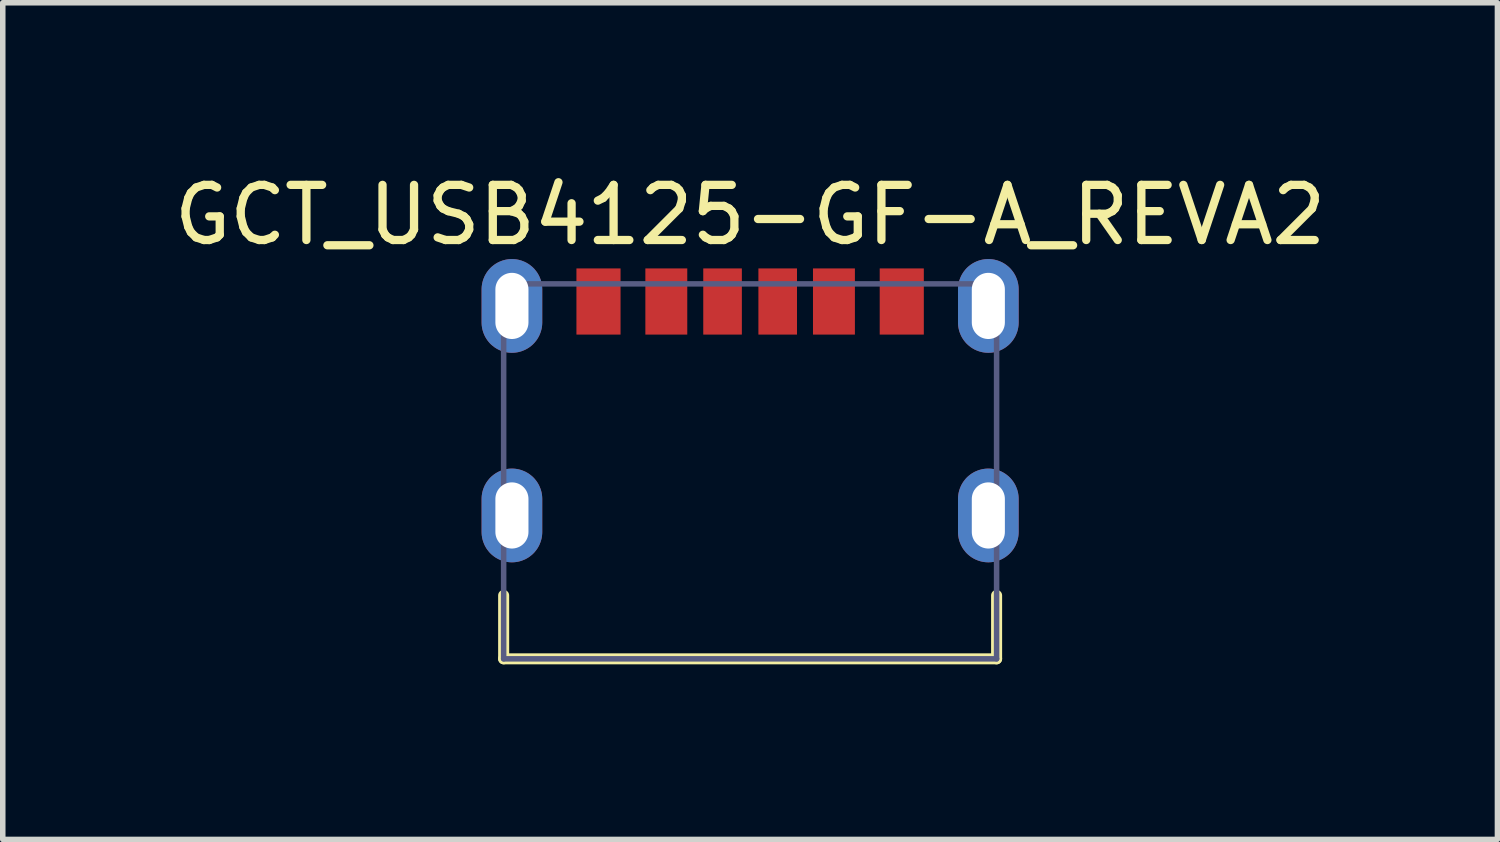
<source format=kicad_pcb>
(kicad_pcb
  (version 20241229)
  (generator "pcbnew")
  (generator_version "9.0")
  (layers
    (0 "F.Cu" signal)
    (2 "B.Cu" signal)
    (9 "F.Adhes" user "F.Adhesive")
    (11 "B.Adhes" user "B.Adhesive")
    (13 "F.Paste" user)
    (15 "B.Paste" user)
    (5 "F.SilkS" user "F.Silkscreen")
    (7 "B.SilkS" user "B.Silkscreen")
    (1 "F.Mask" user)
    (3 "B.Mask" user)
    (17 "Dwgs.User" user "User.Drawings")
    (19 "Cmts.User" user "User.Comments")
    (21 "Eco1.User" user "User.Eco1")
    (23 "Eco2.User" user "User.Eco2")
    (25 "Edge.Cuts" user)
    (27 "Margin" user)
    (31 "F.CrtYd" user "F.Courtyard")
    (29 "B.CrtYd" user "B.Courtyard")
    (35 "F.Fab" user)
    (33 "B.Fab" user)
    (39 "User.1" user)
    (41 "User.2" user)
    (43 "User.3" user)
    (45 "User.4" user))
  (footprint "GCT_USB4125-GF-A_REVA2"
    (layer "F.Cu")
    (at 10.554 5.498)
    (property "Reference" "GCT_USB4125-GF-A_REVA2" (at 0 -4.65 0) (layer "F.SilkS") (effects (font (size 1 1) (thickness 0.15))))
    (fp_poly (pts (xy -4.286 -3.949) (xy -4.252 -3.946) (xy -4.218 -3.942) (xy -4.185 -3.936) (xy -4.152 -3.928) (xy -4.119 -3.918) (xy -4.087 -3.907) (xy -4.056 -3.894) (xy -4.025 -3.879) (xy -3.995 -3.863) (xy -3.966 -3.845) (xy -3.938 -3.826) (xy -3.911 -3.805) (xy -3.885 -3.783) (xy -3.86 -3.76) (xy -3.837 -3.735) (xy -3.815 -3.709) (xy -3.794 -3.682) (xy -3.775 -3.654) (xy -3.757 -3.625) (xy -3.741 -3.595) (xy -3.726 -3.564) (xy -3.713 -3.533) (xy -3.702 -3.501) (xy -3.692 -3.468) (xy -3.684 -3.435) (xy -3.678 -3.402) (xy -3.674 -3.368) (xy -3.671 -3.334) (xy -3.67 -3.3) (xy -3.67 -2.7) (xy -3.671 -2.666) (xy -3.674 -2.632) (xy -3.678 -2.598) (xy -3.684 -2.565) (xy -3.692 -2.532) (xy -3.702 -2.499) (xy -3.713 -2.467) (xy -3.726 -2.436) (xy -3.741 -2.405) (xy -3.757 -2.375) (xy -3.775 -2.346) (xy -3.794 -2.318) (xy -3.815 -2.291) (xy -3.837 -2.265) (xy -3.86 -2.24) (xy -3.885 -2.217) (xy -3.911 -2.195) (xy -3.938 -2.174) (xy -3.966 -2.155) (xy -3.995 -2.137) (xy -4.025 -2.121) (xy -4.056 -2.106) (xy -4.087 -2.093) (xy -4.119 -2.082) (xy -4.152 -2.072) (xy -4.185 -2.064) (xy -4.218 -2.058) (xy -4.252 -2.054) (xy -4.286 -2.051) (xy -4.32 -2.05) (xy -4.354 -2.051) (xy -4.388 -2.054) (xy -4.422 -2.058) (xy -4.455 -2.064) (xy -4.488 -2.072) (xy -4.521 -2.082) (xy -4.553 -2.093) (xy -4.584 -2.106) (xy -4.615 -2.121) (xy -4.645 -2.137) (xy -4.674 -2.155) (xy -4.702 -2.174) (xy -4.729 -2.195) (xy -4.755 -2.217) (xy -4.78 -2.24) (xy -4.803 -2.265) (xy -4.825 -2.291) (xy -4.846 -2.318) (xy -4.865 -2.346) (xy -4.883 -2.375) (xy -4.899 -2.405) (xy -4.914 -2.436) (xy -4.927 -2.467) (xy -4.938 -2.499) (xy -4.948 -2.532) (xy -4.956 -2.565) (xy -4.962 -2.598) (xy -4.966 -2.632) (xy -4.969 -2.666) (xy -4.97 -2.7) (xy -4.97 -3.3) (xy -4.969 -3.334) (xy -4.966 -3.368) (xy -4.962 -3.402) (xy -4.956 -3.435) (xy -4.948 -3.468) (xy -4.938 -3.501) (xy -4.927 -3.533) (xy -4.914 -3.564) (xy -4.899 -3.595) (xy -4.883 -3.625) (xy -4.865 -3.654) (xy -4.846 -3.682) (xy -4.825 -3.709) (xy -4.803 -3.735) (xy -4.78 -3.76) (xy -4.755 -3.783) (xy -4.729 -3.805) (xy -4.702 -3.826) (xy -4.674 -3.845) (xy -4.645 -3.863) (xy -4.615 -3.879) (xy -4.584 -3.894) (xy -4.553 -3.907) (xy -4.521 -3.918) (xy -4.488 -3.928) (xy -4.455 -3.936) (xy -4.422 -3.942) (xy -4.388 -3.946) (xy -4.354 -3.949) (xy -4.32 -3.95)) (stroke (width 0) (type default)) (fill yes) (layer "F.Mask"))
    (fp_poly (pts (xy -4.286 -0.149) (xy -4.252 -0.146) (xy -4.218 -0.142) (xy -4.185 -0.136) (xy -4.152 -0.128) (xy -4.119 -0.118) (xy -4.087 -0.107) (xy -4.056 -0.094) (xy -4.025 -0.079) (xy -3.995 -0.063) (xy -3.966 -0.045) (xy -3.938 -0.026) (xy -3.911 -0.005) (xy -3.885 0.017) (xy -3.86 0.04) (xy -3.837 0.065) (xy -3.815 0.091) (xy -3.794 0.118) (xy -3.775 0.146) (xy -3.757 0.175) (xy -3.741 0.205) (xy -3.726 0.236) (xy -3.713 0.267) (xy -3.702 0.299) (xy -3.692 0.332) (xy -3.684 0.365) (xy -3.678 0.398) (xy -3.674 0.432) (xy -3.671 0.466) (xy -3.67 0.5) (xy -3.67 1.1) (xy -3.671 1.134) (xy -3.674 1.168) (xy -3.678 1.202) (xy -3.684 1.235) (xy -3.692 1.268) (xy -3.702 1.301) (xy -3.713 1.333) (xy -3.726 1.364) (xy -3.741 1.395) (xy -3.757 1.425) (xy -3.775 1.454) (xy -3.794 1.482) (xy -3.815 1.509) (xy -3.837 1.535) (xy -3.86 1.56) (xy -3.885 1.583) (xy -3.911 1.605) (xy -3.938 1.626) (xy -3.966 1.645) (xy -3.995 1.663) (xy -4.025 1.679) (xy -4.056 1.694) (xy -4.087 1.707) (xy -4.119 1.718) (xy -4.152 1.728) (xy -4.185 1.736) (xy -4.218 1.742) (xy -4.252 1.746) (xy -4.286 1.749) (xy -4.32 1.75) (xy -4.354 1.749) (xy -4.388 1.746) (xy -4.422 1.742) (xy -4.455 1.736) (xy -4.488 1.728) (xy -4.521 1.718) (xy -4.553 1.707) (xy -4.584 1.694) (xy -4.615 1.679) (xy -4.645 1.663) (xy -4.674 1.645) (xy -4.702 1.626) (xy -4.729 1.605) (xy -4.755 1.583) (xy -4.78 1.56) (xy -4.803 1.535) (xy -4.825 1.509) (xy -4.846 1.482) (xy -4.865 1.454) (xy -4.883 1.425) (xy -4.899 1.395) (xy -4.914 1.364) (xy -4.927 1.333) (xy -4.938 1.301) (xy -4.948 1.268) (xy -4.956 1.235) (xy -4.962 1.202) (xy -4.966 1.168) (xy -4.969 1.134) (xy -4.97 1.1) (xy -4.97 0.5) (xy -4.969 0.466) (xy -4.966 0.432) (xy -4.962 0.398) (xy -4.956 0.365) (xy -4.948 0.332) (xy -4.938 0.299) (xy -4.927 0.267) (xy -4.914 0.236) (xy -4.899 0.205) (xy -4.883 0.175) (xy -4.865 0.146) (xy -4.846 0.118) (xy -4.825 0.091) (xy -4.803 0.065) (xy -4.78 0.04) (xy -4.755 0.017) (xy -4.729 -0.005) (xy -4.702 -0.026) (xy -4.674 -0.045) (xy -4.645 -0.063) (xy -4.615 -0.079) (xy -4.584 -0.094) (xy -4.553 -0.107) (xy -4.521 -0.118) (xy -4.488 -0.128) (xy -4.455 -0.136) (xy -4.422 -0.142) (xy -4.388 -0.146) (xy -4.354 -0.149) (xy -4.32 -0.15)) (stroke (width 0) (type default)) (fill yes) (layer "F.Mask"))
    (fp_poly (pts (xy 4.354 -3.949) (xy 4.388 -3.946) (xy 4.422 -3.942) (xy 4.455 -3.936) (xy 4.488 -3.928) (xy 4.521 -3.918) (xy 4.553 -3.907) (xy 4.584 -3.894) (xy 4.615 -3.879) (xy 4.645 -3.863) (xy 4.674 -3.845) (xy 4.702 -3.826) (xy 4.729 -3.805) (xy 4.755 -3.783) (xy 4.78 -3.76) (xy 4.803 -3.735) (xy 4.825 -3.709) (xy 4.846 -3.682) (xy 4.865 -3.654) (xy 4.883 -3.625) (xy 4.899 -3.595) (xy 4.914 -3.564) (xy 4.927 -3.533) (xy 4.938 -3.501) (xy 4.948 -3.468) (xy 4.956 -3.435) (xy 4.962 -3.402) (xy 4.966 -3.368) (xy 4.969 -3.334) (xy 4.97 -3.3) (xy 4.97 -2.7) (xy 4.969 -2.666) (xy 4.966 -2.632) (xy 4.962 -2.598) (xy 4.956 -2.565) (xy 4.948 -2.532) (xy 4.938 -2.499) (xy 4.927 -2.467) (xy 4.914 -2.436) (xy 4.899 -2.405) (xy 4.883 -2.375) (xy 4.865 -2.346) (xy 4.846 -2.318) (xy 4.825 -2.291) (xy 4.803 -2.265) (xy 4.78 -2.24) (xy 4.755 -2.217) (xy 4.729 -2.195) (xy 4.702 -2.174) (xy 4.674 -2.155) (xy 4.645 -2.137) (xy 4.615 -2.121) (xy 4.584 -2.106) (xy 4.553 -2.093) (xy 4.521 -2.082) (xy 4.488 -2.072) (xy 4.455 -2.064) (xy 4.422 -2.058) (xy 4.388 -2.054) (xy 4.354 -2.051) (xy 4.32 -2.05) (xy 4.286 -2.051) (xy 4.252 -2.054) (xy 4.218 -2.058) (xy 4.185 -2.064) (xy 4.152 -2.072) (xy 4.119 -2.082) (xy 4.087 -2.093) (xy 4.056 -2.106) (xy 4.025 -2.121) (xy 3.995 -2.137) (xy 3.966 -2.155) (xy 3.938 -2.174) (xy 3.911 -2.195) (xy 3.885 -2.217) (xy 3.86 -2.24) (xy 3.837 -2.265) (xy 3.815 -2.291) (xy 3.794 -2.318) (xy 3.775 -2.346) (xy 3.757 -2.375) (xy 3.741 -2.405) (xy 3.726 -2.436) (xy 3.713 -2.467) (xy 3.702 -2.499) (xy 3.692 -2.532) (xy 3.684 -2.565) (xy 3.678 -2.598) (xy 3.674 -2.632) (xy 3.671 -2.666) (xy 3.67 -2.7) (xy 3.67 -3.3) (xy 3.671 -3.334) (xy 3.674 -3.368) (xy 3.678 -3.402) (xy 3.684 -3.435) (xy 3.692 -3.468) (xy 3.702 -3.501) (xy 3.713 -3.533) (xy 3.726 -3.564) (xy 3.741 -3.595) (xy 3.757 -3.625) (xy 3.775 -3.654) (xy 3.794 -3.682) (xy 3.815 -3.709) (xy 3.837 -3.735) (xy 3.86 -3.76) (xy 3.885 -3.783) (xy 3.911 -3.805) (xy 3.938 -3.826) (xy 3.966 -3.845) (xy 3.995 -3.863) (xy 4.025 -3.879) (xy 4.056 -3.894) (xy 4.087 -3.907) (xy 4.119 -3.918) (xy 4.152 -3.928) (xy 4.185 -3.936) (xy 4.218 -3.942) (xy 4.252 -3.946) (xy 4.286 -3.949) (xy 4.32 -3.95)) (stroke (width 0) (type default)) (fill yes) (layer "F.Mask"))
    (fp_poly (pts (xy 4.354 -0.149) (xy 4.388 -0.146) (xy 4.422 -0.142) (xy 4.455 -0.136) (xy 4.488 -0.128) (xy 4.521 -0.118) (xy 4.553 -0.107) (xy 4.584 -0.094) (xy 4.615 -0.079) (xy 4.645 -0.063) (xy 4.674 -0.045) (xy 4.702 -0.026) (xy 4.729 -0.005) (xy 4.755 0.017) (xy 4.78 0.04) (xy 4.803 0.065) (xy 4.825 0.091) (xy 4.846 0.118) (xy 4.865 0.146) (xy 4.883 0.175) (xy 4.899 0.205) (xy 4.914 0.236) (xy 4.927 0.267) (xy 4.938 0.299) (xy 4.948 0.332) (xy 4.956 0.365) (xy 4.962 0.398) (xy 4.966 0.432) (xy 4.969 0.466) (xy 4.97 0.5) (xy 4.97 1.1) (xy 4.969 1.134) (xy 4.966 1.168) (xy 4.962 1.202) (xy 4.956 1.235) (xy 4.948 1.268) (xy 4.938 1.301) (xy 4.927 1.333) (xy 4.914 1.364) (xy 4.899 1.395) (xy 4.883 1.425) (xy 4.865 1.454) (xy 4.846 1.482) (xy 4.825 1.509) (xy 4.803 1.535) (xy 4.78 1.56) (xy 4.755 1.583) (xy 4.729 1.605) (xy 4.702 1.626) (xy 4.674 1.645) (xy 4.645 1.663) (xy 4.615 1.679) (xy 4.584 1.694) (xy 4.553 1.707) (xy 4.521 1.718) (xy 4.488 1.728) (xy 4.455 1.736) (xy 4.422 1.742) (xy 4.388 1.746) (xy 4.354 1.749) (xy 4.32 1.75) (xy 4.286 1.749) (xy 4.252 1.746) (xy 4.218 1.742) (xy 4.185 1.736) (xy 4.152 1.728) (xy 4.119 1.718) (xy 4.087 1.707) (xy 4.056 1.694) (xy 4.025 1.679) (xy 3.995 1.663) (xy 3.966 1.645) (xy 3.938 1.626) (xy 3.911 1.605) (xy 3.885 1.583) (xy 3.86 1.56) (xy 3.837 1.535) (xy 3.815 1.509) (xy 3.794 1.482) (xy 3.775 1.454) (xy 3.757 1.425) (xy 3.741 1.395) (xy 3.726 1.364) (xy 3.713 1.333) (xy 3.702 1.301) (xy 3.692 1.268) (xy 3.684 1.235) (xy 3.678 1.202) (xy 3.674 1.168) (xy 3.671 1.134) (xy 3.67 1.1) (xy 3.67 0.5) (xy 3.671 0.466) (xy 3.674 0.432) (xy 3.678 0.398) (xy 3.684 0.365) (xy 3.692 0.332) (xy 3.702 0.299) (xy 3.713 0.267) (xy 3.726 0.236) (xy 3.741 0.205) (xy 3.757 0.175) (xy 3.775 0.146) (xy 3.794 0.118) (xy 3.815 0.091) (xy 3.837 0.065) (xy 3.86 0.04) (xy 3.885 0.017) (xy 3.911 -0.005) (xy 3.938 -0.026) (xy 3.966 -0.045) (xy 3.995 -0.063) (xy 4.025 -0.079) (xy 4.056 -0.094) (xy 4.087 -0.107) (xy 4.119 -0.118) (xy 4.152 -0.128) (xy 4.185 -0.136) (xy 4.218 -0.142) (xy 4.252 -0.146) (xy 4.286 -0.149) (xy 4.32 -0.15)) (stroke (width 0) (type default)) (fill yes) (layer "F.Mask"))
    (fp_poly (pts (xy -4.286 -3.949) (xy -4.252 -3.946) (xy -4.218 -3.942) (xy -4.185 -3.936) (xy -4.152 -3.928) (xy -4.119 -3.918) (xy -4.087 -3.907) (xy -4.056 -3.894) (xy -4.025 -3.879) (xy -3.995 -3.863) (xy -3.966 -3.845) (xy -3.938 -3.826) (xy -3.911 -3.805) (xy -3.885 -3.783) (xy -3.86 -3.76) (xy -3.837 -3.735) (xy -3.815 -3.709) (xy -3.794 -3.682) (xy -3.775 -3.654) (xy -3.757 -3.625) (xy -3.741 -3.595) (xy -3.726 -3.564) (xy -3.713 -3.533) (xy -3.702 -3.501) (xy -3.692 -3.468) (xy -3.684 -3.435) (xy -3.678 -3.402) (xy -3.674 -3.368) (xy -3.671 -3.334) (xy -3.67 -3.3) (xy -3.67 -2.7) (xy -3.671 -2.666) (xy -3.674 -2.632) (xy -3.678 -2.598) (xy -3.684 -2.565) (xy -3.692 -2.532) (xy -3.702 -2.499) (xy -3.713 -2.467) (xy -3.726 -2.436) (xy -3.741 -2.405) (xy -3.757 -2.375) (xy -3.775 -2.346) (xy -3.794 -2.318) (xy -3.815 -2.291) (xy -3.837 -2.265) (xy -3.86 -2.24) (xy -3.885 -2.217) (xy -3.911 -2.195) (xy -3.938 -2.174) (xy -3.966 -2.155) (xy -3.995 -2.137) (xy -4.025 -2.121) (xy -4.056 -2.106) (xy -4.087 -2.093) (xy -4.119 -2.082) (xy -4.152 -2.072) (xy -4.185 -2.064) (xy -4.218 -2.058) (xy -4.252 -2.054) (xy -4.286 -2.051) (xy -4.32 -2.05) (xy -4.354 -2.051) (xy -4.388 -2.054) (xy -4.422 -2.058) (xy -4.455 -2.064) (xy -4.488 -2.072) (xy -4.521 -2.082) (xy -4.553 -2.093) (xy -4.584 -2.106) (xy -4.615 -2.121) (xy -4.645 -2.137) (xy -4.674 -2.155) (xy -4.702 -2.174) (xy -4.729 -2.195) (xy -4.755 -2.217) (xy -4.78 -2.24) (xy -4.803 -2.265) (xy -4.825 -2.291) (xy -4.846 -2.318) (xy -4.865 -2.346) (xy -4.883 -2.375) (xy -4.899 -2.405) (xy -4.914 -2.436) (xy -4.927 -2.467) (xy -4.938 -2.499) (xy -4.948 -2.532) (xy -4.956 -2.565) (xy -4.962 -2.598) (xy -4.966 -2.632) (xy -4.969 -2.666) (xy -4.97 -2.7) (xy -4.97 -3.3) (xy -4.969 -3.334) (xy -4.966 -3.368) (xy -4.962 -3.402) (xy -4.956 -3.435) (xy -4.948 -3.468) (xy -4.938 -3.501) (xy -4.927 -3.533) (xy -4.914 -3.564) (xy -4.899 -3.595) (xy -4.883 -3.625) (xy -4.865 -3.654) (xy -4.846 -3.682) (xy -4.825 -3.709) (xy -4.803 -3.735) (xy -4.78 -3.76) (xy -4.755 -3.783) (xy -4.729 -3.805) (xy -4.702 -3.826) (xy -4.674 -3.845) (xy -4.645 -3.863) (xy -4.615 -3.879) (xy -4.584 -3.894) (xy -4.553 -3.907) (xy -4.521 -3.918) (xy -4.488 -3.928) (xy -4.455 -3.936) (xy -4.422 -3.942) (xy -4.388 -3.946) (xy -4.354 -3.949) (xy -4.32 -3.95)) (stroke (width 0) (type default)) (fill yes) (layer "B.Mask"))
    (fp_poly (pts (xy -4.286 -0.149) (xy -4.252 -0.146) (xy -4.218 -0.142) (xy -4.185 -0.136) (xy -4.152 -0.128) (xy -4.119 -0.118) (xy -4.087 -0.107) (xy -4.056 -0.094) (xy -4.025 -0.079) (xy -3.995 -0.063) (xy -3.966 -0.045) (xy -3.938 -0.026) (xy -3.911 -0.005) (xy -3.885 0.017) (xy -3.86 0.04) (xy -3.837 0.065) (xy -3.815 0.091) (xy -3.794 0.118) (xy -3.775 0.146) (xy -3.757 0.175) (xy -3.741 0.205) (xy -3.726 0.236) (xy -3.713 0.267) (xy -3.702 0.299) (xy -3.692 0.332) (xy -3.684 0.365) (xy -3.678 0.398) (xy -3.674 0.432) (xy -3.671 0.466) (xy -3.67 0.5) (xy -3.67 1.1) (xy -3.671 1.134) (xy -3.674 1.168) (xy -3.678 1.202) (xy -3.684 1.235) (xy -3.692 1.268) (xy -3.702 1.301) (xy -3.713 1.333) (xy -3.726 1.364) (xy -3.741 1.395) (xy -3.757 1.425) (xy -3.775 1.454) (xy -3.794 1.482) (xy -3.815 1.509) (xy -3.837 1.535) (xy -3.86 1.56) (xy -3.885 1.583) (xy -3.911 1.605) (xy -3.938 1.626) (xy -3.966 1.645) (xy -3.995 1.663) (xy -4.025 1.679) (xy -4.056 1.694) (xy -4.087 1.707) (xy -4.119 1.718) (xy -4.152 1.728) (xy -4.185 1.736) (xy -4.218 1.742) (xy -4.252 1.746) (xy -4.286 1.749) (xy -4.32 1.75) (xy -4.354 1.749) (xy -4.388 1.746) (xy -4.422 1.742) (xy -4.455 1.736) (xy -4.488 1.728) (xy -4.521 1.718) (xy -4.553 1.707) (xy -4.584 1.694) (xy -4.615 1.679) (xy -4.645 1.663) (xy -4.674 1.645) (xy -4.702 1.626) (xy -4.729 1.605) (xy -4.755 1.583) (xy -4.78 1.56) (xy -4.803 1.535) (xy -4.825 1.509) (xy -4.846 1.482) (xy -4.865 1.454) (xy -4.883 1.425) (xy -4.899 1.395) (xy -4.914 1.364) (xy -4.927 1.333) (xy -4.938 1.301) (xy -4.948 1.268) (xy -4.956 1.235) (xy -4.962 1.202) (xy -4.966 1.168) (xy -4.969 1.134) (xy -4.97 1.1) (xy -4.97 0.5) (xy -4.969 0.466) (xy -4.966 0.432) (xy -4.962 0.398) (xy -4.956 0.365) (xy -4.948 0.332) (xy -4.938 0.299) (xy -4.927 0.267) (xy -4.914 0.236) (xy -4.899 0.205) (xy -4.883 0.175) (xy -4.865 0.146) (xy -4.846 0.118) (xy -4.825 0.091) (xy -4.803 0.065) (xy -4.78 0.04) (xy -4.755 0.017) (xy -4.729 -0.005) (xy -4.702 -0.026) (xy -4.674 -0.045) (xy -4.645 -0.063) (xy -4.615 -0.079) (xy -4.584 -0.094) (xy -4.553 -0.107) (xy -4.521 -0.118) (xy -4.488 -0.128) (xy -4.455 -0.136) (xy -4.422 -0.142) (xy -4.388 -0.146) (xy -4.354 -0.149) (xy -4.32 -0.15)) (stroke (width 0) (type default)) (fill yes) (layer "B.Mask"))
    (fp_poly (pts (xy 4.354 -3.949) (xy 4.388 -3.946) (xy 4.422 -3.942) (xy 4.455 -3.936) (xy 4.488 -3.928) (xy 4.521 -3.918) (xy 4.553 -3.907) (xy 4.584 -3.894) (xy 4.615 -3.879) (xy 4.645 -3.863) (xy 4.674 -3.845) (xy 4.702 -3.826) (xy 4.729 -3.805) (xy 4.755 -3.783) (xy 4.78 -3.76) (xy 4.803 -3.735) (xy 4.825 -3.709) (xy 4.846 -3.682) (xy 4.865 -3.654) (xy 4.883 -3.625) (xy 4.899 -3.595) (xy 4.914 -3.564) (xy 4.927 -3.533) (xy 4.938 -3.501) (xy 4.948 -3.468) (xy 4.956 -3.435) (xy 4.962 -3.402) (xy 4.966 -3.368) (xy 4.969 -3.334) (xy 4.97 -3.3) (xy 4.97 -2.7) (xy 4.969 -2.666) (xy 4.966 -2.632) (xy 4.962 -2.598) (xy 4.956 -2.565) (xy 4.948 -2.532) (xy 4.938 -2.499) (xy 4.927 -2.467) (xy 4.914 -2.436) (xy 4.899 -2.405) (xy 4.883 -2.375) (xy 4.865 -2.346) (xy 4.846 -2.318) (xy 4.825 -2.291) (xy 4.803 -2.265) (xy 4.78 -2.24) (xy 4.755 -2.217) (xy 4.729 -2.195) (xy 4.702 -2.174) (xy 4.674 -2.155) (xy 4.645 -2.137) (xy 4.615 -2.121) (xy 4.584 -2.106) (xy 4.553 -2.093) (xy 4.521 -2.082) (xy 4.488 -2.072) (xy 4.455 -2.064) (xy 4.422 -2.058) (xy 4.388 -2.054) (xy 4.354 -2.051) (xy 4.32 -2.05) (xy 4.286 -2.051) (xy 4.252 -2.054) (xy 4.218 -2.058) (xy 4.185 -2.064) (xy 4.152 -2.072) (xy 4.119 -2.082) (xy 4.087 -2.093) (xy 4.056 -2.106) (xy 4.025 -2.121) (xy 3.995 -2.137) (xy 3.966 -2.155) (xy 3.938 -2.174) (xy 3.911 -2.195) (xy 3.885 -2.217) (xy 3.86 -2.24) (xy 3.837 -2.265) (xy 3.815 -2.291) (xy 3.794 -2.318) (xy 3.775 -2.346) (xy 3.757 -2.375) (xy 3.741 -2.405) (xy 3.726 -2.436) (xy 3.713 -2.467) (xy 3.702 -2.499) (xy 3.692 -2.532) (xy 3.684 -2.565) (xy 3.678 -2.598) (xy 3.674 -2.632) (xy 3.671 -2.666) (xy 3.67 -2.7) (xy 3.67 -3.3) (xy 3.671 -3.334) (xy 3.674 -3.368) (xy 3.678 -3.402) (xy 3.684 -3.435) (xy 3.692 -3.468) (xy 3.702 -3.501) (xy 3.713 -3.533) (xy 3.726 -3.564) (xy 3.741 -3.595) (xy 3.757 -3.625) (xy 3.775 -3.654) (xy 3.794 -3.682) (xy 3.815 -3.709) (xy 3.837 -3.735) (xy 3.86 -3.76) (xy 3.885 -3.783) (xy 3.911 -3.805) (xy 3.938 -3.826) (xy 3.966 -3.845) (xy 3.995 -3.863) (xy 4.025 -3.879) (xy 4.056 -3.894) (xy 4.087 -3.907) (xy 4.119 -3.918) (xy 4.152 -3.928) (xy 4.185 -3.936) (xy 4.218 -3.942) (xy 4.252 -3.946) (xy 4.286 -3.949) (xy 4.32 -3.95)) (stroke (width 0) (type default)) (fill yes) (layer "B.Mask"))
    (fp_poly (pts (xy 4.354 -0.149) (xy 4.388 -0.146) (xy 4.422 -0.142) (xy 4.455 -0.136) (xy 4.488 -0.128) (xy 4.521 -0.118) (xy 4.553 -0.107) (xy 4.584 -0.094) (xy 4.615 -0.079) (xy 4.645 -0.063) (xy 4.674 -0.045) (xy 4.702 -0.026) (xy 4.729 -0.005) (xy 4.755 0.017) (xy 4.78 0.04) (xy 4.803 0.065) (xy 4.825 0.091) (xy 4.846 0.118) (xy 4.865 0.146) (xy 4.883 0.175) (xy 4.899 0.205) (xy 4.914 0.236) (xy 4.927 0.267) (xy 4.938 0.299) (xy 4.948 0.332) (xy 4.956 0.365) (xy 4.962 0.398) (xy 4.966 0.432) (xy 4.969 0.466) (xy 4.97 0.5) (xy 4.97 1.1) (xy 4.969 1.134) (xy 4.966 1.168) (xy 4.962 1.202) (xy 4.956 1.235) (xy 4.948 1.268) (xy 4.938 1.301) (xy 4.927 1.333) (xy 4.914 1.364) (xy 4.899 1.395) (xy 4.883 1.425) (xy 4.865 1.454) (xy 4.846 1.482) (xy 4.825 1.509) (xy 4.803 1.535) (xy 4.78 1.56) (xy 4.755 1.583) (xy 4.729 1.605) (xy 4.702 1.626) (xy 4.674 1.645) (xy 4.645 1.663) (xy 4.615 1.679) (xy 4.584 1.694) (xy 4.553 1.707) (xy 4.521 1.718) (xy 4.488 1.728) (xy 4.455 1.736) (xy 4.422 1.742) (xy 4.388 1.746) (xy 4.354 1.749) (xy 4.32 1.75) (xy 4.286 1.749) (xy 4.252 1.746) (xy 4.218 1.742) (xy 4.185 1.736) (xy 4.152 1.728) (xy 4.119 1.718) (xy 4.087 1.707) (xy 4.056 1.694) (xy 4.025 1.679) (xy 3.995 1.663) (xy 3.966 1.645) (xy 3.938 1.626) (xy 3.911 1.605) (xy 3.885 1.583) (xy 3.86 1.56) (xy 3.837 1.535) (xy 3.815 1.509) (xy 3.794 1.482) (xy 3.775 1.454) (xy 3.757 1.425) (xy 3.741 1.395) (xy 3.726 1.364) (xy 3.713 1.333) (xy 3.702 1.301) (xy 3.692 1.268) (xy 3.684 1.235) (xy 3.678 1.202) (xy 3.674 1.168) (xy 3.671 1.134) (xy 3.67 1.1) (xy 3.67 0.5) (xy 3.671 0.466) (xy 3.674 0.432) (xy 3.678 0.398) (xy 3.684 0.365) (xy 3.692 0.332) (xy 3.702 0.299) (xy 3.713 0.267) (xy 3.726 0.236) (xy 3.741 0.205) (xy 3.757 0.175) (xy 3.775 0.146) (xy 3.794 0.118) (xy 3.815 0.091) (xy 3.837 0.065) (xy 3.86 0.04) (xy 3.885 0.017) (xy 3.911 -0.005) (xy 3.938 -0.026) (xy 3.966 -0.045) (xy 3.995 -0.063) (xy 4.025 -0.079) (xy 4.056 -0.094) (xy 4.087 -0.107) (xy 4.119 -0.118) (xy 4.152 -0.128) (xy 4.185 -0.136) (xy 4.218 -0.142) (xy 4.252 -0.146) (xy 4.286 -0.149) (xy 4.32 -0.15)) (stroke (width 0) (type default)) (fill yes) (layer "B.Mask"))
    (fp_line (start -4.47 3.4) (end -4.47 2.25) (stroke (width 0.2) (type solid)) (layer "F.SilkS"))
    (fp_line (start -4.47 3.4) (end 4.47 3.4) (stroke (width 0.2) (type solid)) (layer "F.SilkS"))
    (fp_line (start 4.47 3.4) (end 4.47 2.25) (stroke (width 0.2) (type solid)) (layer "F.SilkS"))
    (fp_line (start -5.15 -4.35) (end 5.15 -4.35) (stroke (width 0.05) (type solid)) (layer "Eco2.User"))
    (fp_line (start -5.15 3.65) (end -5.15 -4.35) (stroke (width 0.05) (type solid)) (layer "Eco2.User"))
    (fp_line (start -5.15 3.65) (end 5.15 3.65) (stroke (width 0.05) (type solid)) (layer "Eco2.User"))
    (fp_line (start 5.15 3.65) (end 5.15 -4.35) (stroke (width 0.05) (type solid)) (layer "Eco2.User"))
    (fp_line (start -4.47 -3.4) (end 4.47 -3.4) (stroke (width 0.1) (type solid)) (layer "B.Fab"))
    (fp_line (start -4.47 3.4) (end -4.47 -3.4) (stroke (width 0.1) (type solid)) (layer "B.Fab"))
    (fp_line (start -4.47 3.4) (end 4.47 3.4) (stroke (width 0.1) (type solid)) (layer "B.Fab"))
    (fp_line (start 4.47 3.4) (end 4.47 -3.4) (stroke (width 0.1) (type solid)) (layer "B.Fab"))
    (pad "A5" smd rect (at -0.5 -3.08) (size 0.7 1.2) (layers "F.Cu" "F.Mask" "F.Paste"))
    (pad "A9" smd rect (at 1.52 -3.08) (size 0.76 1.2) (layers "F.Cu" "F.Mask" "F.Paste"))
    (pad "A12" smd rect (at 2.75 -3.08) (size 0.8 1.2) (layers "F.Cu" "F.Mask" "F.Paste"))
    (pad "B5" smd rect (at 0.5 -3.08) (size 0.7 1.2) (layers "F.Cu" "F.Mask" "F.Paste"))
    (pad "B9" smd rect (at -1.52 -3.08) (size 0.76 1.2) (layers "F.Cu" "F.Mask" "F.Paste"))
    (pad "B12" smd rect (at -2.75 -3.08) (size 0.8 1.2) (layers "F.Cu" "F.Mask" "F.Paste"))
    (pad "S1" thru_hole oval (at -4.32 -3 90) (size 1.6 0.8) (drill oval 1.2 0.6) (layers "*.Cu"))
    (pad "S1" smd custom (at -4.291 -3.849) (size 0.000001 0.000001) (layers "F.Cu") (options (anchor circle)) (primitives (gr_poly (pts (xy 0 0) (xy 0.028 0.002) (xy 0.057 0.006) (xy 0.085 0.011) (xy 0.113 0.018) (xy 0.141 0.026) (xy 0.168 0.036) (xy 0.195 0.047) (xy 0.221 0.059) (xy 0.246 0.073) (xy 0.271 0.088) (xy 0.294 0.104) (xy 0.317 0.122) (xy 0.339 0.14) (xy 0.36 0.16) (xy 0.38 0.181) (xy 0.398 0.203) (xy 0.416 0.226) (xy 0.432 0.249) (xy 0.447 0.274) (xy 0.461 0.299) (xy 0.473 0.325) (xy 0.484 0.352) (xy 0.494 0.379) (xy 0.502 0.407) (xy 0.509 0.435) (xy 0.514 0.463) (xy 0.518 0.492) (xy 0.52 0.52) (xy 0.521 0.549) (xy 0.521 1.149) (xy 0.52 1.178) (xy 0.518 1.206) (xy 0.514 1.235) (xy 0.509 1.263) (xy 0.502 1.291) (xy 0.494 1.319) (xy 0.484 1.346) (xy 0.473 1.373) (xy 0.461 1.399) (xy 0.447 1.424) (xy 0.432 1.449) (xy 0.416 1.472) (xy 0.398 1.495) (xy 0.38 1.517) (xy 0.36 1.538) (xy 0.339 1.558) (xy 0.317 1.576) (xy 0.294 1.594) (xy 0.271 1.61) (xy 0.246 1.625) (xy 0.221 1.639) (xy 0.195 1.651) (xy 0.168 1.662) (xy 0.141 1.672) (xy 0.113 1.68) (xy 0.085 1.687) (xy 0.057 1.692) (xy 0.028 1.696) (xy 0 1.698) (xy -0.029 1.699) (xy -0.058 1.698) (xy -0.086 1.696) (xy -0.115 1.692) (xy -0.143 1.687) (xy -0.171 1.68) (xy -0.199 1.672) (xy -0.226 1.662) (xy -0.253 1.651) (xy -0.279 1.639) (xy -0.304 1.625) (xy -0.329 1.61) (xy -0.352 1.594) (xy -0.375 1.576) (xy -0.397 1.558) (xy -0.418 1.538) (xy -0.438 1.517) (xy -0.456 1.495) (xy -0.474 1.472) (xy -0.49 1.449) (xy -0.505 1.424) (xy -0.519 1.399) (xy -0.531 1.373) (xy -0.542 1.346) (xy -0.552 1.319) (xy -0.56 1.291) (xy -0.567 1.263) (xy -0.572 1.235) (xy -0.576 1.206) (xy -0.578 1.178) (xy -0.579 1.149) (xy -0.579 0.549) (xy -0.578 0.52) (xy -0.576 0.492) (xy -0.572 0.463) (xy -0.567 0.435) (xy -0.56 0.407) (xy -0.552 0.379) (xy -0.542 0.352) (xy -0.531 0.325) (xy -0.519 0.299) (xy -0.505 0.274) (xy -0.49 0.249) (xy -0.474 0.226) (xy -0.456 0.203) (xy -0.438 0.181) (xy -0.418 0.16) (xy -0.397 0.14) (xy -0.375 0.122) (xy -0.352 0.104) (xy -0.329 0.088) (xy -0.304 0.073) (xy -0.279 0.059) (xy -0.253 0.047) (xy -0.226 0.036) (xy -0.199 0.026) (xy -0.171 0.018) (xy -0.143 0.011) (xy -0.115 0.006) (xy -0.086 0.002) (xy -0.058 0) (xy -0.029 -0.001)) (width 0) (fill yes))))
    (pad "S1" smd custom (at -4.291 -3.849) (size 0.000001 0.000001) (layers "B.Cu") (options (anchor circle)) (primitives (gr_poly (pts (xy 0 0) (xy 0.028 0.002) (xy 0.057 0.006) (xy 0.085 0.011) (xy 0.113 0.018) (xy 0.141 0.026) (xy 0.168 0.036) (xy 0.195 0.047) (xy 0.221 0.059) (xy 0.246 0.073) (xy 0.271 0.088) (xy 0.294 0.104) (xy 0.317 0.122) (xy 0.339 0.14) (xy 0.36 0.16) (xy 0.38 0.181) (xy 0.398 0.203) (xy 0.416 0.226) (xy 0.432 0.249) (xy 0.447 0.274) (xy 0.461 0.299) (xy 0.473 0.325) (xy 0.484 0.352) (xy 0.494 0.379) (xy 0.502 0.407) (xy 0.509 0.435) (xy 0.514 0.463) (xy 0.518 0.492) (xy 0.52 0.52) (xy 0.521 0.549) (xy 0.521 1.149) (xy 0.52 1.178) (xy 0.518 1.206) (xy 0.514 1.235) (xy 0.509 1.263) (xy 0.502 1.291) (xy 0.494 1.319) (xy 0.484 1.346) (xy 0.473 1.373) (xy 0.461 1.399) (xy 0.447 1.424) (xy 0.432 1.449) (xy 0.416 1.472) (xy 0.398 1.495) (xy 0.38 1.517) (xy 0.36 1.538) (xy 0.339 1.558) (xy 0.317 1.576) (xy 0.294 1.594) (xy 0.271 1.61) (xy 0.246 1.625) (xy 0.221 1.639) (xy 0.195 1.651) (xy 0.168 1.662) (xy 0.141 1.672) (xy 0.113 1.68) (xy 0.085 1.687) (xy 0.057 1.692) (xy 0.028 1.696) (xy 0 1.698) (xy -0.029 1.699) (xy -0.058 1.698) (xy -0.086 1.696) (xy -0.115 1.692) (xy -0.143 1.687) (xy -0.171 1.68) (xy -0.199 1.672) (xy -0.226 1.662) (xy -0.253 1.651) (xy -0.279 1.639) (xy -0.304 1.625) (xy -0.329 1.61) (xy -0.352 1.594) (xy -0.375 1.576) (xy -0.397 1.558) (xy -0.418 1.538) (xy -0.438 1.517) (xy -0.456 1.495) (xy -0.474 1.472) (xy -0.49 1.449) (xy -0.505 1.424) (xy -0.519 1.399) (xy -0.531 1.373) (xy -0.542 1.346) (xy -0.552 1.319) (xy -0.56 1.291) (xy -0.567 1.263) (xy -0.572 1.235) (xy -0.576 1.206) (xy -0.578 1.178) (xy -0.579 1.149) (xy -0.579 0.549) (xy -0.578 0.52) (xy -0.576 0.492) (xy -0.572 0.463) (xy -0.567 0.435) (xy -0.56 0.407) (xy -0.552 0.379) (xy -0.542 0.352) (xy -0.531 0.325) (xy -0.519 0.299) (xy -0.505 0.274) (xy -0.49 0.249) (xy -0.474 0.226) (xy -0.456 0.203) (xy -0.438 0.181) (xy -0.418 0.16) (xy -0.397 0.14) (xy -0.375 0.122) (xy -0.352 0.104) (xy -0.329 0.088) (xy -0.304 0.073) (xy -0.279 0.059) (xy -0.253 0.047) (xy -0.226 0.036) (xy -0.199 0.026) (xy -0.171 0.018) (xy -0.143 0.011) (xy -0.115 0.006) (xy -0.086 0.002) (xy -0.058 0) (xy -0.029 -0.001)) (width 0) (fill yes))))
    (pad "S2" thru_hole oval (at 4.32 -3 90) (size 1.6 0.8) (drill oval 1.2 0.6) (layers "*.Cu"))
    (pad "S2" smd custom (at 4.349 -3.849) (size 0.000001 0.000001) (layers "F.Cu") (options (anchor circle)) (primitives (gr_poly (pts (xy 0 0) (xy 0.028 0.002) (xy 0.057 0.006) (xy 0.085 0.011) (xy 0.113 0.018) (xy 0.141 0.026) (xy 0.168 0.036) (xy 0.195 0.047) (xy 0.221 0.059) (xy 0.246 0.073) (xy 0.271 0.088) (xy 0.294 0.104) (xy 0.317 0.122) (xy 0.339 0.14) (xy 0.36 0.16) (xy 0.38 0.181) (xy 0.398 0.203) (xy 0.416 0.226) (xy 0.432 0.249) (xy 0.447 0.274) (xy 0.461 0.299) (xy 0.473 0.325) (xy 0.484 0.352) (xy 0.494 0.379) (xy 0.502 0.407) (xy 0.509 0.435) (xy 0.514 0.463) (xy 0.518 0.492) (xy 0.52 0.52) (xy 0.521 0.549) (xy 0.521 1.149) (xy 0.52 1.178) (xy 0.518 1.206) (xy 0.514 1.235) (xy 0.509 1.263) (xy 0.502 1.291) (xy 0.494 1.319) (xy 0.484 1.346) (xy 0.473 1.373) (xy 0.461 1.399) (xy 0.447 1.424) (xy 0.432 1.449) (xy 0.416 1.472) (xy 0.398 1.495) (xy 0.38 1.517) (xy 0.36 1.538) (xy 0.339 1.558) (xy 0.317 1.576) (xy 0.294 1.594) (xy 0.271 1.61) (xy 0.246 1.625) (xy 0.221 1.639) (xy 0.195 1.651) (xy 0.168 1.662) (xy 0.141 1.672) (xy 0.113 1.68) (xy 0.085 1.687) (xy 0.057 1.692) (xy 0.028 1.696) (xy 0 1.698) (xy -0.029 1.699) (xy -0.058 1.698) (xy -0.086 1.696) (xy -0.115 1.692) (xy -0.143 1.687) (xy -0.171 1.68) (xy -0.199 1.672) (xy -0.226 1.662) (xy -0.253 1.651) (xy -0.279 1.639) (xy -0.304 1.625) (xy -0.329 1.61) (xy -0.352 1.594) (xy -0.375 1.576) (xy -0.397 1.558) (xy -0.418 1.538) (xy -0.438 1.517) (xy -0.456 1.495) (xy -0.474 1.472) (xy -0.49 1.449) (xy -0.505 1.424) (xy -0.519 1.399) (xy -0.531 1.373) (xy -0.542 1.346) (xy -0.552 1.319) (xy -0.56 1.291) (xy -0.567 1.263) (xy -0.572 1.235) (xy -0.576 1.206) (xy -0.578 1.178) (xy -0.579 1.149) (xy -0.579 0.549) (xy -0.578 0.52) (xy -0.576 0.492) (xy -0.572 0.463) (xy -0.567 0.435) (xy -0.56 0.407) (xy -0.552 0.379) (xy -0.542 0.352) (xy -0.531 0.325) (xy -0.519 0.299) (xy -0.505 0.274) (xy -0.49 0.249) (xy -0.474 0.226) (xy -0.456 0.203) (xy -0.438 0.181) (xy -0.418 0.16) (xy -0.397 0.14) (xy -0.375 0.122) (xy -0.352 0.104) (xy -0.329 0.088) (xy -0.304 0.073) (xy -0.279 0.059) (xy -0.253 0.047) (xy -0.226 0.036) (xy -0.199 0.026) (xy -0.171 0.018) (xy -0.143 0.011) (xy -0.115 0.006) (xy -0.086 0.002) (xy -0.058 0) (xy -0.029 -0.001)) (width 0) (fill yes))))
    (pad "S2" smd custom (at 4.349 -3.849) (size 0.000001 0.000001) (layers "B.Cu") (options (anchor circle)) (primitives (gr_poly (pts (xy 0 0) (xy 0.028 0.002) (xy 0.057 0.006) (xy 0.085 0.011) (xy 0.113 0.018) (xy 0.141 0.026) (xy 0.168 0.036) (xy 0.195 0.047) (xy 0.221 0.059) (xy 0.246 0.073) (xy 0.271 0.088) (xy 0.294 0.104) (xy 0.317 0.122) (xy 0.339 0.14) (xy 0.36 0.16) (xy 0.38 0.181) (xy 0.398 0.203) (xy 0.416 0.226) (xy 0.432 0.249) (xy 0.447 0.274) (xy 0.461 0.299) (xy 0.473 0.325) (xy 0.484 0.352) (xy 0.494 0.379) (xy 0.502 0.407) (xy 0.509 0.435) (xy 0.514 0.463) (xy 0.518 0.492) (xy 0.52 0.52) (xy 0.521 0.549) (xy 0.521 1.149) (xy 0.52 1.178) (xy 0.518 1.206) (xy 0.514 1.235) (xy 0.509 1.263) (xy 0.502 1.291) (xy 0.494 1.319) (xy 0.484 1.346) (xy 0.473 1.373) (xy 0.461 1.399) (xy 0.447 1.424) (xy 0.432 1.449) (xy 0.416 1.472) (xy 0.398 1.495) (xy 0.38 1.517) (xy 0.36 1.538) (xy 0.339 1.558) (xy 0.317 1.576) (xy 0.294 1.594) (xy 0.271 1.61) (xy 0.246 1.625) (xy 0.221 1.639) (xy 0.195 1.651) (xy 0.168 1.662) (xy 0.141 1.672) (xy 0.113 1.68) (xy 0.085 1.687) (xy 0.057 1.692) (xy 0.028 1.696) (xy 0 1.698) (xy -0.029 1.699) (xy -0.058 1.698) (xy -0.086 1.696) (xy -0.115 1.692) (xy -0.143 1.687) (xy -0.171 1.68) (xy -0.199 1.672) (xy -0.226 1.662) (xy -0.253 1.651) (xy -0.279 1.639) (xy -0.304 1.625) (xy -0.329 1.61) (xy -0.352 1.594) (xy -0.375 1.576) (xy -0.397 1.558) (xy -0.418 1.538) (xy -0.438 1.517) (xy -0.456 1.495) (xy -0.474 1.472) (xy -0.49 1.449) (xy -0.505 1.424) (xy -0.519 1.399) (xy -0.531 1.373) (xy -0.542 1.346) (xy -0.552 1.319) (xy -0.56 1.291) (xy -0.567 1.263) (xy -0.572 1.235) (xy -0.576 1.206) (xy -0.578 1.178) (xy -0.579 1.149) (xy -0.579 0.549) (xy -0.578 0.52) (xy -0.576 0.492) (xy -0.572 0.463) (xy -0.567 0.435) (xy -0.56 0.407) (xy -0.552 0.379) (xy -0.542 0.352) (xy -0.531 0.325) (xy -0.519 0.299) (xy -0.505 0.274) (xy -0.49 0.249) (xy -0.474 0.226) (xy -0.456 0.203) (xy -0.438 0.181) (xy -0.418 0.16) (xy -0.397 0.14) (xy -0.375 0.122) (xy -0.352 0.104) (xy -0.329 0.088) (xy -0.304 0.073) (xy -0.279 0.059) (xy -0.253 0.047) (xy -0.226 0.036) (xy -0.199 0.026) (xy -0.171 0.018) (xy -0.143 0.011) (xy -0.115 0.006) (xy -0.086 0.002) (xy -0.058 0) (xy -0.029 -0.001)) (width 0) (fill yes))))
    (pad "S3" thru_hole oval (at -4.32 0.8 90) (size 1.6 0.8) (drill oval 1.2 0.6) (layers "*.Cu"))
    (pad "S3" smd custom (at -4.291 -0.049) (size 0.000001 0.000001) (layers "F.Cu") (options (anchor circle)) (primitives (gr_poly (pts (xy 0 0) (xy 0.028 0.002) (xy 0.057 0.006) (xy 0.085 0.011) (xy 0.113 0.018) (xy 0.141 0.026) (xy 0.168 0.036) (xy 0.195 0.047) (xy 0.221 0.059) (xy 0.246 0.073) (xy 0.271 0.088) (xy 0.294 0.104) (xy 0.317 0.122) (xy 0.339 0.14) (xy 0.36 0.16) (xy 0.38 0.181) (xy 0.398 0.203) (xy 0.416 0.226) (xy 0.432 0.249) (xy 0.447 0.274) (xy 0.461 0.299) (xy 0.473 0.325) (xy 0.484 0.352) (xy 0.494 0.379) (xy 0.502 0.407) (xy 0.509 0.435) (xy 0.514 0.463) (xy 0.518 0.492) (xy 0.52 0.52) (xy 0.521 0.549) (xy 0.521 1.149) (xy 0.52 1.178) (xy 0.518 1.206) (xy 0.514 1.235) (xy 0.509 1.263) (xy 0.502 1.291) (xy 0.494 1.319) (xy 0.484 1.346) (xy 0.473 1.373) (xy 0.461 1.399) (xy 0.447 1.424) (xy 0.432 1.449) (xy 0.416 1.472) (xy 0.398 1.495) (xy 0.38 1.517) (xy 0.36 1.538) (xy 0.339 1.558) (xy 0.317 1.576) (xy 0.294 1.594) (xy 0.271 1.61) (xy 0.246 1.625) (xy 0.221 1.639) (xy 0.195 1.651) (xy 0.168 1.662) (xy 0.141 1.672) (xy 0.113 1.68) (xy 0.085 1.687) (xy 0.057 1.692) (xy 0.028 1.696) (xy 0 1.698) (xy -0.029 1.699) (xy -0.058 1.698) (xy -0.086 1.696) (xy -0.115 1.692) (xy -0.143 1.687) (xy -0.171 1.68) (xy -0.199 1.672) (xy -0.226 1.662) (xy -0.253 1.651) (xy -0.279 1.639) (xy -0.304 1.625) (xy -0.329 1.61) (xy -0.352 1.594) (xy -0.375 1.576) (xy -0.397 1.558) (xy -0.418 1.538) (xy -0.438 1.517) (xy -0.456 1.495) (xy -0.474 1.472) (xy -0.49 1.449) (xy -0.505 1.424) (xy -0.519 1.399) (xy -0.531 1.373) (xy -0.542 1.346) (xy -0.552 1.319) (xy -0.56 1.291) (xy -0.567 1.263) (xy -0.572 1.235) (xy -0.576 1.206) (xy -0.578 1.178) (xy -0.579 1.149) (xy -0.579 0.549) (xy -0.578 0.52) (xy -0.576 0.492) (xy -0.572 0.463) (xy -0.567 0.435) (xy -0.56 0.407) (xy -0.552 0.379) (xy -0.542 0.352) (xy -0.531 0.325) (xy -0.519 0.299) (xy -0.505 0.274) (xy -0.49 0.249) (xy -0.474 0.226) (xy -0.456 0.203) (xy -0.438 0.181) (xy -0.418 0.16) (xy -0.397 0.14) (xy -0.375 0.122) (xy -0.352 0.104) (xy -0.329 0.088) (xy -0.304 0.073) (xy -0.279 0.059) (xy -0.253 0.047) (xy -0.226 0.036) (xy -0.199 0.026) (xy -0.171 0.018) (xy -0.143 0.011) (xy -0.115 0.006) (xy -0.086 0.002) (xy -0.058 0) (xy -0.029 -0.001)) (width 0) (fill yes))))
    (pad "S3" smd custom (at -4.291 -0.049) (size 0.000001 0.000001) (layers "B.Cu") (options (anchor circle)) (primitives (gr_poly (pts (xy 0 0) (xy 0.028 0.002) (xy 0.057 0.006) (xy 0.085 0.011) (xy 0.113 0.018) (xy 0.141 0.026) (xy 0.168 0.036) (xy 0.195 0.047) (xy 0.221 0.059) (xy 0.246 0.073) (xy 0.271 0.088) (xy 0.294 0.104) (xy 0.317 0.122) (xy 0.339 0.14) (xy 0.36 0.16) (xy 0.38 0.181) (xy 0.398 0.203) (xy 0.416 0.226) (xy 0.432 0.249) (xy 0.447 0.274) (xy 0.461 0.299) (xy 0.473 0.325) (xy 0.484 0.352) (xy 0.494 0.379) (xy 0.502 0.407) (xy 0.509 0.435) (xy 0.514 0.463) (xy 0.518 0.492) (xy 0.52 0.52) (xy 0.521 0.549) (xy 0.521 1.149) (xy 0.52 1.178) (xy 0.518 1.206) (xy 0.514 1.235) (xy 0.509 1.263) (xy 0.502 1.291) (xy 0.494 1.319) (xy 0.484 1.346) (xy 0.473 1.373) (xy 0.461 1.399) (xy 0.447 1.424) (xy 0.432 1.449) (xy 0.416 1.472) (xy 0.398 1.495) (xy 0.38 1.517) (xy 0.36 1.538) (xy 0.339 1.558) (xy 0.317 1.576) (xy 0.294 1.594) (xy 0.271 1.61) (xy 0.246 1.625) (xy 0.221 1.639) (xy 0.195 1.651) (xy 0.168 1.662) (xy 0.141 1.672) (xy 0.113 1.68) (xy 0.085 1.687) (xy 0.057 1.692) (xy 0.028 1.696) (xy 0 1.698) (xy -0.029 1.699) (xy -0.058 1.698) (xy -0.086 1.696) (xy -0.115 1.692) (xy -0.143 1.687) (xy -0.171 1.68) (xy -0.199 1.672) (xy -0.226 1.662) (xy -0.253 1.651) (xy -0.279 1.639) (xy -0.304 1.625) (xy -0.329 1.61) (xy -0.352 1.594) (xy -0.375 1.576) (xy -0.397 1.558) (xy -0.418 1.538) (xy -0.438 1.517) (xy -0.456 1.495) (xy -0.474 1.472) (xy -0.49 1.449) (xy -0.505 1.424) (xy -0.519 1.399) (xy -0.531 1.373) (xy -0.542 1.346) (xy -0.552 1.319) (xy -0.56 1.291) (xy -0.567 1.263) (xy -0.572 1.235) (xy -0.576 1.206) (xy -0.578 1.178) (xy -0.579 1.149) (xy -0.579 0.549) (xy -0.578 0.52) (xy -0.576 0.492) (xy -0.572 0.463) (xy -0.567 0.435) (xy -0.56 0.407) (xy -0.552 0.379) (xy -0.542 0.352) (xy -0.531 0.325) (xy -0.519 0.299) (xy -0.505 0.274) (xy -0.49 0.249) (xy -0.474 0.226) (xy -0.456 0.203) (xy -0.438 0.181) (xy -0.418 0.16) (xy -0.397 0.14) (xy -0.375 0.122) (xy -0.352 0.104) (xy -0.329 0.088) (xy -0.304 0.073) (xy -0.279 0.059) (xy -0.253 0.047) (xy -0.226 0.036) (xy -0.199 0.026) (xy -0.171 0.018) (xy -0.143 0.011) (xy -0.115 0.006) (xy -0.086 0.002) (xy -0.058 0) (xy -0.029 -0.001)) (width 0) (fill yes))))
    (pad "S4" thru_hole oval (at 4.32 0.8 90) (size 1.6 0.8) (drill oval 1.2 0.6) (layers "*.Cu"))
    (pad "S4" smd custom (at 4.349 -0.049) (size 0.000001 0.000001) (layers "F.Cu") (options (anchor circle)) (primitives (gr_poly (pts (xy 0 0) (xy 0.028 0.002) (xy 0.057 0.006) (xy 0.085 0.011) (xy 0.113 0.018) (xy 0.141 0.026) (xy 0.168 0.036) (xy 0.195 0.047) (xy 0.221 0.059) (xy 0.246 0.073) (xy 0.271 0.088) (xy 0.294 0.104) (xy 0.317 0.122) (xy 0.339 0.14) (xy 0.36 0.16) (xy 0.38 0.181) (xy 0.398 0.203) (xy 0.416 0.226) (xy 0.432 0.249) (xy 0.447 0.274) (xy 0.461 0.299) (xy 0.473 0.325) (xy 0.484 0.352) (xy 0.494 0.379) (xy 0.502 0.407) (xy 0.509 0.435) (xy 0.514 0.463) (xy 0.518 0.492) (xy 0.52 0.52) (xy 0.521 0.549) (xy 0.521 1.149) (xy 0.52 1.178) (xy 0.518 1.206) (xy 0.514 1.235) (xy 0.509 1.263) (xy 0.502 1.291) (xy 0.494 1.319) (xy 0.484 1.346) (xy 0.473 1.373) (xy 0.461 1.399) (xy 0.447 1.424) (xy 0.432 1.449) (xy 0.416 1.472) (xy 0.398 1.495) (xy 0.38 1.517) (xy 0.36 1.538) (xy 0.339 1.558) (xy 0.317 1.576) (xy 0.294 1.594) (xy 0.271 1.61) (xy 0.246 1.625) (xy 0.221 1.639) (xy 0.195 1.651) (xy 0.168 1.662) (xy 0.141 1.672) (xy 0.113 1.68) (xy 0.085 1.687) (xy 0.057 1.692) (xy 0.028 1.696) (xy 0 1.698) (xy -0.029 1.699) (xy -0.058 1.698) (xy -0.086 1.696) (xy -0.115 1.692) (xy -0.143 1.687) (xy -0.171 1.68) (xy -0.199 1.672) (xy -0.226 1.662) (xy -0.253 1.651) (xy -0.279 1.639) (xy -0.304 1.625) (xy -0.329 1.61) (xy -0.352 1.594) (xy -0.375 1.576) (xy -0.397 1.558) (xy -0.418 1.538) (xy -0.438 1.517) (xy -0.456 1.495) (xy -0.474 1.472) (xy -0.49 1.449) (xy -0.505 1.424) (xy -0.519 1.399) (xy -0.531 1.373) (xy -0.542 1.346) (xy -0.552 1.319) (xy -0.56 1.291) (xy -0.567 1.263) (xy -0.572 1.235) (xy -0.576 1.206) (xy -0.578 1.178) (xy -0.579 1.149) (xy -0.579 0.549) (xy -0.578 0.52) (xy -0.576 0.492) (xy -0.572 0.463) (xy -0.567 0.435) (xy -0.56 0.407) (xy -0.552 0.379) (xy -0.542 0.352) (xy -0.531 0.325) (xy -0.519 0.299) (xy -0.505 0.274) (xy -0.49 0.249) (xy -0.474 0.226) (xy -0.456 0.203) (xy -0.438 0.181) (xy -0.418 0.16) (xy -0.397 0.14) (xy -0.375 0.122) (xy -0.352 0.104) (xy -0.329 0.088) (xy -0.304 0.073) (xy -0.279 0.059) (xy -0.253 0.047) (xy -0.226 0.036) (xy -0.199 0.026) (xy -0.171 0.018) (xy -0.143 0.011) (xy -0.115 0.006) (xy -0.086 0.002) (xy -0.058 0) (xy -0.029 -0.001)) (width 0) (fill yes))))
    (pad "S4" smd custom (at 4.349 -0.049) (size 0.000001 0.000001) (layers "B.Cu") (options (anchor circle)) (primitives (gr_poly (pts (xy 0 0) (xy 0.028 0.002) (xy 0.057 0.006) (xy 0.085 0.011) (xy 0.113 0.018) (xy 0.141 0.026) (xy 0.168 0.036) (xy 0.195 0.047) (xy 0.221 0.059) (xy 0.246 0.073) (xy 0.271 0.088) (xy 0.294 0.104) (xy 0.317 0.122) (xy 0.339 0.14) (xy 0.36 0.16) (xy 0.38 0.181) (xy 0.398 0.203) (xy 0.416 0.226) (xy 0.432 0.249) (xy 0.447 0.274) (xy 0.461 0.299) (xy 0.473 0.325) (xy 0.484 0.352) (xy 0.494 0.379) (xy 0.502 0.407) (xy 0.509 0.435) (xy 0.514 0.463) (xy 0.518 0.492) (xy 0.52 0.52) (xy 0.521 0.549) (xy 0.521 1.149) (xy 0.52 1.178) (xy 0.518 1.206) (xy 0.514 1.235) (xy 0.509 1.263) (xy 0.502 1.291) (xy 0.494 1.319) (xy 0.484 1.346) (xy 0.473 1.373) (xy 0.461 1.399) (xy 0.447 1.424) (xy 0.432 1.449) (xy 0.416 1.472) (xy 0.398 1.495) (xy 0.38 1.517) (xy 0.36 1.538) (xy 0.339 1.558) (xy 0.317 1.576) (xy 0.294 1.594) (xy 0.271 1.61) (xy 0.246 1.625) (xy 0.221 1.639) (xy 0.195 1.651) (xy 0.168 1.662) (xy 0.141 1.672) (xy 0.113 1.68) (xy 0.085 1.687) (xy 0.057 1.692) (xy 0.028 1.696) (xy 0 1.698) (xy -0.029 1.699) (xy -0.058 1.698) (xy -0.086 1.696) (xy -0.115 1.692) (xy -0.143 1.687) (xy -0.171 1.68) (xy -0.199 1.672) (xy -0.226 1.662) (xy -0.253 1.651) (xy -0.279 1.639) (xy -0.304 1.625) (xy -0.329 1.61) (xy -0.352 1.594) (xy -0.375 1.576) (xy -0.397 1.558) (xy -0.418 1.538) (xy -0.438 1.517) (xy -0.456 1.495) (xy -0.474 1.472) (xy -0.49 1.449) (xy -0.505 1.424) (xy -0.519 1.399) (xy -0.531 1.373) (xy -0.542 1.346) (xy -0.552 1.319) (xy -0.56 1.291) (xy -0.567 1.263) (xy -0.572 1.235) (xy -0.576 1.206) (xy -0.578 1.178) (xy -0.579 1.149) (xy -0.579 0.549) (xy -0.578 0.52) (xy -0.576 0.492) (xy -0.572 0.463) (xy -0.567 0.435) (xy -0.56 0.407) (xy -0.552 0.379) (xy -0.542 0.352) (xy -0.531 0.325) (xy -0.519 0.299) (xy -0.505 0.274) (xy -0.49 0.249) (xy -0.474 0.226) (xy -0.456 0.203) (xy -0.438 0.181) (xy -0.418 0.16) (xy -0.397 0.14) (xy -0.375 0.122) (xy -0.352 0.104) (xy -0.329 0.088) (xy -0.304 0.073) (xy -0.279 0.059) (xy -0.253 0.047) (xy -0.226 0.036) (xy -0.199 0.026) (xy -0.171 0.018) (xy -0.143 0.011) (xy -0.115 0.006) (xy -0.086 0.002) (xy -0.058 0) (xy -0.029 -0.001)) (width 0) (fill yes)))))
  (gr_rect
    (start -3 -3)
    (end 24.107 12.173)
    (stroke (width 0.1) (type default))
    (fill no)
    (layer "Edge.Cuts")))
</source>
